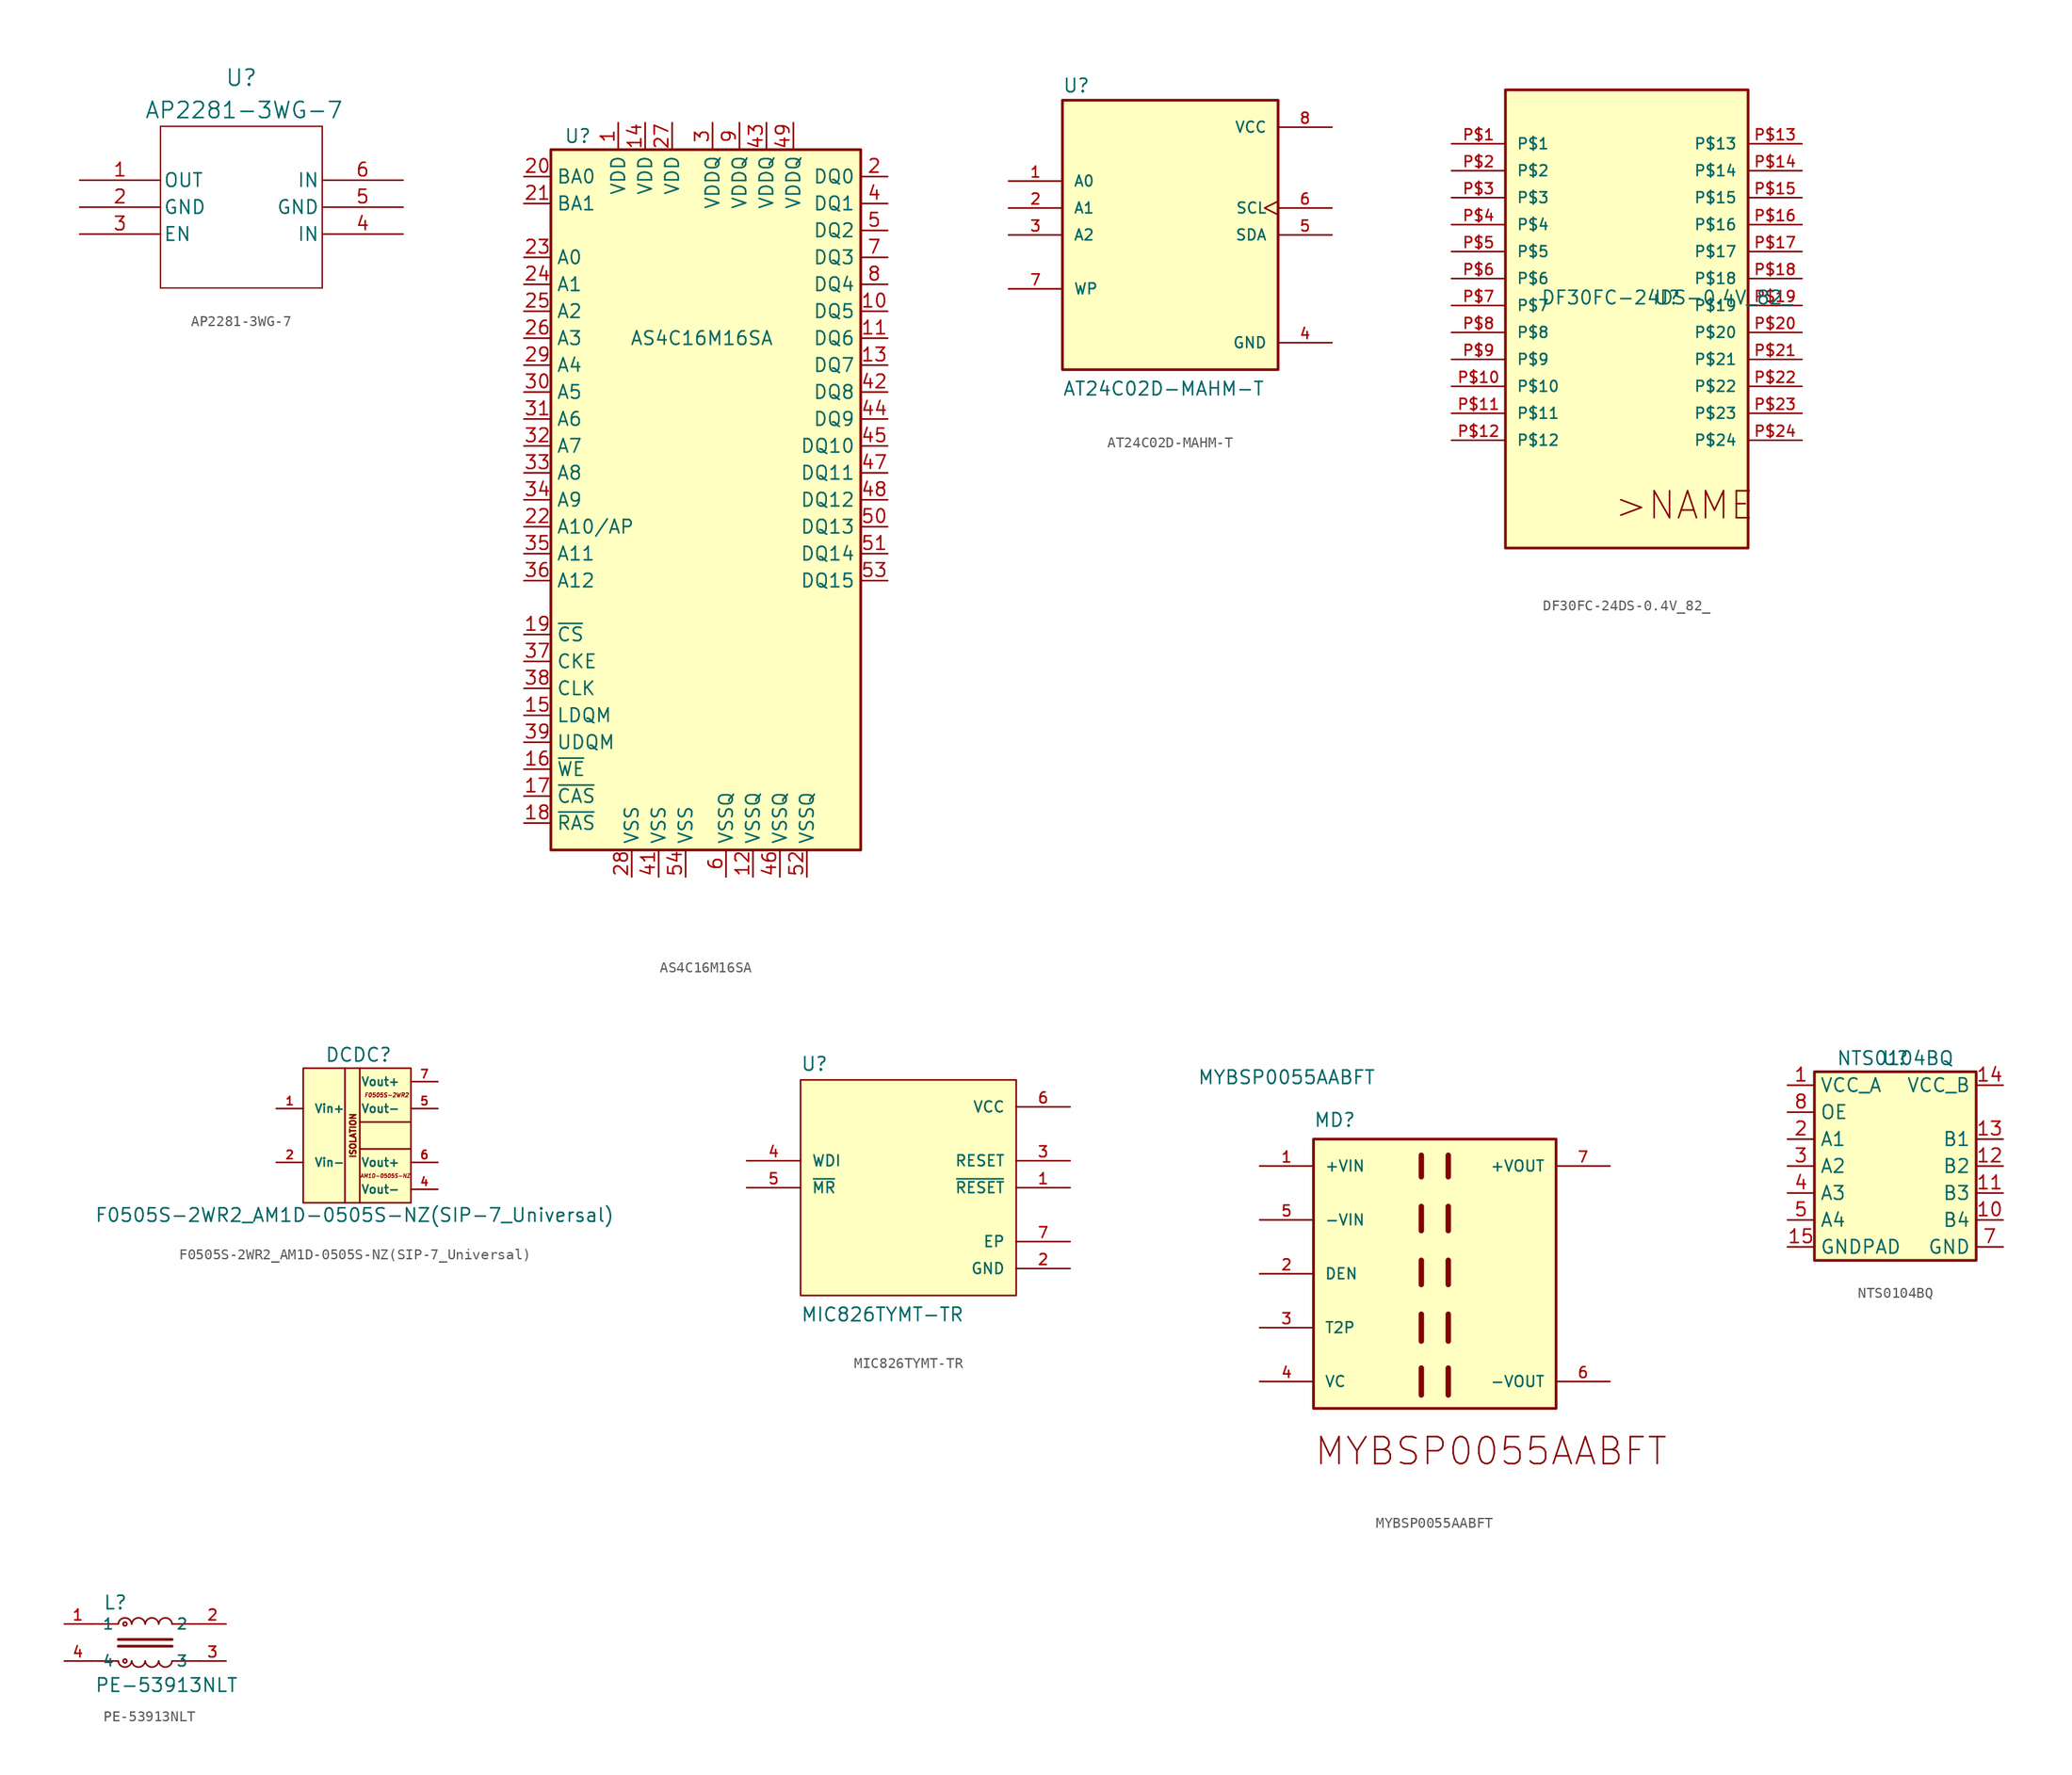
<source format=kicad_sym>
(kicad_symbol_lib
  (version 20231120)
  (generator "kicad_symbol_editor")
  (generator_version "8.0")
  (symbol "AP2281-3WG-7"
    (pin_names
      (offset 0.254))
    (property "Reference" "U"
      (at 15.24 9.652 0)
      (effects (font (size 1.524 1.524))))
    (property "Value" "AP2281-3WG-7"
      (at 15.494 6.604 0)
      (effects (font (size 1.524 1.524))))
    (symbol "AP2281-3WG-7_0_1"
      (polyline (pts (xy 7.62 -10.16) (xy 22.86 -10.16)) (stroke (width 0.127) (type default)) (fill (type none)))
      (polyline (pts (xy 7.62 5.08) (xy 7.62 -10.16)) (stroke (width 0.127) (type default)) (fill (type none)))
      (polyline (pts (xy 22.86 -10.16) (xy 22.86 5.08)) (stroke (width 0.127) (type default)) (fill (type none)))
      (polyline (pts (xy 22.86 5.08) (xy 7.62 5.08)) (stroke (width 0.127) (type default)) (fill (type none)))
      (pin output line (at 0 0 0) (length 7.62) (name "OUT" (effects (font (size 1.27 1.27)))) (number "1" (effects (font (size 1.27 1.27)))))
      (pin power_in line (at 0 -2.54 0) (length 7.62) (name "GND" (effects (font (size 1.27 1.27)))) (number "2" (effects (font (size 1.27 1.27)))))
      (pin input line (at 0 -5.08 0) (length 7.62) (name "EN" (effects (font (size 1.27 1.27)))) (number "3" (effects (font (size 1.27 1.27)))))
      (pin input line (at 30.48 -5.08 180) (length 7.62) (name "IN" (effects (font (size 1.27 1.27)))) (number "4" (effects (font (size 1.27 1.27)))))
      (pin power_in line (at 30.48 -2.54 180) (length 7.62) (name "GND" (effects (font (size 1.27 1.27)))) (number "5" (effects (font (size 1.27 1.27)))))
      (pin input line (at 30.48 0 180) (length 7.62) (name "IN" (effects (font (size 1.27 1.27)))) (number "6" (effects (font (size 1.27 1.27)))))))
  (symbol "AS4C16M16SA"
    (property "Reference" "U"
      (at -7.62 34.29 0)
      (effects (font (size 1.27 1.27))))
    (property "Value" "AS4C16M16SA"
      (at 4.064 15.24 0)
      (effects (font (size 1.27 1.27))))
    (symbol "AS4C16M16SA_0_1"
      (rectangle (start -10.16 33.02) (end 19.05 -33.02) (stroke (width 0.254) (type default)) (fill (type background))))
    (symbol "AS4C16M16SA_1_1"
      (pin power_in line (at -3.81 35.56 270) (length 2.54) (name "VDD" (effects (font (size 1.27 1.27)))) (number "1" (effects (font (size 1.27 1.27)))))
      (pin bidirectional line (at 21.59 17.78 180) (length 2.54) (name "DQ5" (effects (font (size 1.27 1.27)))) (number "10" (effects (font (size 1.27 1.27)))))
      (pin bidirectional line (at 21.59 15.24 180) (length 2.54) (name "DQ6" (effects (font (size 1.27 1.27)))) (number "11" (effects (font (size 1.27 1.27)))))
      (pin power_in line (at 8.89 -35.56 90) (length 2.54) (name "VSSQ" (effects (font (size 1.27 1.27)))) (number "12" (effects (font (size 1.27 1.27)))))
      (pin bidirectional line (at 21.59 12.7 180) (length 2.54) (name "DQ7" (effects (font (size 1.27 1.27)))) (number "13" (effects (font (size 1.27 1.27)))))
      (pin power_in line (at -1.27 35.56 270) (length 2.54) (name "VDD" (effects (font (size 1.27 1.27)))) (number "14" (effects (font (size 1.27 1.27)))))
      (pin input line (at -12.7 -20.32 0) (length 2.54) (name "LDQM" (effects (font (size 1.27 1.27)))) (number "15" (effects (font (size 1.27 1.27)))))
      (pin input line (at -12.7 -25.4 0) (length 2.54) (name "~{WE}" (effects (font (size 1.27 1.27)))) (number "16" (effects (font (size 1.27 1.27)))))
      (pin input line (at -12.7 -27.94 0) (length 2.54) (name "~{CAS}" (effects (font (size 1.27 1.27)))) (number "17" (effects (font (size 1.27 1.27)))))
      (pin input line (at -12.7 -30.48 0) (length 2.54) (name "~{RAS}" (effects (font (size 1.27 1.27)))) (number "18" (effects (font (size 1.27 1.27)))))
      (pin input line (at -12.7 -12.7 0) (length 2.54) (name "~{CS}" (effects (font (size 1.27 1.27)))) (number "19" (effects (font (size 1.27 1.27)))))
      (pin bidirectional line (at 21.59 30.48 180) (length 2.54) (name "DQ0" (effects (font (size 1.27 1.27)))) (number "2" (effects (font (size 1.27 1.27)))))
      (pin input line (at -12.7 30.48 0) (length 2.54) (name "BA0" (effects (font (size 1.27 1.27)))) (number "20" (effects (font (size 1.27 1.27)))))
      (pin input line (at -12.7 27.94 0) (length 2.54) (name "BA1" (effects (font (size 1.27 1.27)))) (number "21" (effects (font (size 1.27 1.27)))))
      (pin input line (at -12.7 -2.54 0) (length 2.54) (name "A10/AP" (effects (font (size 1.27 1.27)))) (number "22" (effects (font (size 1.27 1.27)))))
      (pin input line (at -12.7 22.86 0) (length 2.54) (name "A0" (effects (font (size 1.27 1.27)))) (number "23" (effects (font (size 1.27 1.27)))))
      (pin input line (at -12.7 20.32 0) (length 2.54) (name "A1" (effects (font (size 1.27 1.27)))) (number "24" (effects (font (size 1.27 1.27)))))
      (pin input line (at -12.7 17.78 0) (length 2.54) (name "A2" (effects (font (size 1.27 1.27)))) (number "25" (effects (font (size 1.27 1.27)))))
      (pin input line (at -12.7 15.24 0) (length 2.54) (name "A3" (effects (font (size 1.27 1.27)))) (number "26" (effects (font (size 1.27 1.27)))))
      (pin power_in line (at 1.27 35.56 270) (length 2.54) (name "VDD" (effects (font (size 1.27 1.27)))) (number "27" (effects (font (size 1.27 1.27)))))
      (pin power_in line (at -2.54 -35.56 90) (length 2.54) (name "VSS" (effects (font (size 1.27 1.27)))) (number "28" (effects (font (size 1.27 1.27)))))
      (pin input line (at -12.7 12.7 0) (length 2.54) (name "A4" (effects (font (size 1.27 1.27)))) (number "29" (effects (font (size 1.27 1.27)))))
      (pin power_in line (at 5.08 35.56 270) (length 2.54) (name "VDDQ" (effects (font (size 1.27 1.27)))) (number "3" (effects (font (size 1.27 1.27)))))
      (pin input line (at -12.7 10.16 0) (length 2.54) (name "A5" (effects (font (size 1.27 1.27)))) (number "30" (effects (font (size 1.27 1.27)))))
      (pin input line (at -12.7 7.62 0) (length 2.54) (name "A6" (effects (font (size 1.27 1.27)))) (number "31" (effects (font (size 1.27 1.27)))))
      (pin input line (at -12.7 5.08 0) (length 2.54) (name "A7" (effects (font (size 1.27 1.27)))) (number "32" (effects (font (size 1.27 1.27)))))
      (pin input line (at -12.7 2.54 0) (length 2.54) (name "A8" (effects (font (size 1.27 1.27)))) (number "33" (effects (font (size 1.27 1.27)))))
      (pin input line (at -12.7 0 0) (length 2.54) (name "A9" (effects (font (size 1.27 1.27)))) (number "34" (effects (font (size 1.27 1.27)))))
      (pin input line (at -12.7 -5.08 0) (length 2.54) (name "A11" (effects (font (size 1.27 1.27)))) (number "35" (effects (font (size 1.27 1.27)))))
      (pin input line (at -12.7 -7.62 0) (length 2.54) (name "A12" (effects (font (size 1.27 1.27)))) (number "36" (effects (font (size 1.27 1.27)))))
      (pin input line (at -12.7 -15.24 0) (length 2.54) (name "CKE" (effects (font (size 1.27 1.27)))) (number "37" (effects (font (size 1.27 1.27)))))
      (pin input line (at -12.7 -17.78 0) (length 2.54) (name "CLK" (effects (font (size 1.27 1.27)))) (number "38" (effects (font (size 1.27 1.27)))))
      (pin input line (at -12.7 -22.86 0) (length 2.54) (name "UDQM" (effects (font (size 1.27 1.27)))) (number "39" (effects (font (size 1.27 1.27)))))
      (pin bidirectional line (at 21.59 27.94 180) (length 2.54) (name "DQ1" (effects (font (size 1.27 1.27)))) (number "4" (effects (font (size 1.27 1.27)))))
      (pin no_connect line (at 21.59 -20.32 180) (length 2.54) hide (name "NC/RFU" (effects (font (size 1.27 1.27)))) (number "40" (effects (font (size 1.27 1.27)))))
      (pin power_in line (at 0 -35.56 90) (length 2.54) (name "VSS" (effects (font (size 1.27 1.27)))) (number "41" (effects (font (size 1.27 1.27)))))
      (pin bidirectional line (at 21.59 10.16 180) (length 2.54) (name "DQ8" (effects (font (size 1.27 1.27)))) (number "42" (effects (font (size 1.27 1.27)))))
      (pin power_in line (at 10.16 35.56 270) (length 2.54) (name "VDDQ" (effects (font (size 1.27 1.27)))) (number "43" (effects (font (size 1.27 1.27)))))
      (pin bidirectional line (at 21.59 7.62 180) (length 2.54) (name "DQ9" (effects (font (size 1.27 1.27)))) (number "44" (effects (font (size 1.27 1.27)))))
      (pin bidirectional line (at 21.59 5.08 180) (length 2.54) (name "DQ10" (effects (font (size 1.27 1.27)))) (number "45" (effects (font (size 1.27 1.27)))))
      (pin power_in line (at 11.43 -35.56 90) (length 2.54) (name "VSSQ" (effects (font (size 1.27 1.27)))) (number "46" (effects (font (size 1.27 1.27)))))
      (pin bidirectional line (at 21.59 2.54 180) (length 2.54) (name "DQ11" (effects (font (size 1.27 1.27)))) (number "47" (effects (font (size 1.27 1.27)))))
      (pin bidirectional line (at 21.59 0 180) (length 2.54) (name "DQ12" (effects (font (size 1.27 1.27)))) (number "48" (effects (font (size 1.27 1.27)))))
      (pin power_in line (at 12.7 35.56 270) (length 2.54) (name "VDDQ" (effects (font (size 1.27 1.27)))) (number "49" (effects (font (size 1.27 1.27)))))
      (pin bidirectional line (at 21.59 25.4 180) (length 2.54) (name "DQ2" (effects (font (size 1.27 1.27)))) (number "5" (effects (font (size 1.27 1.27)))))
      (pin bidirectional line (at 21.59 -2.54 180) (length 2.54) (name "DQ13" (effects (font (size 1.27 1.27)))) (number "50" (effects (font (size 1.27 1.27)))))
      (pin bidirectional line (at 21.59 -5.08 180) (length 2.54) (name "DQ14" (effects (font (size 1.27 1.27)))) (number "51" (effects (font (size 1.27 1.27)))))
      (pin power_in line (at 13.97 -35.56 90) (length 2.54) (name "VSSQ" (effects (font (size 1.27 1.27)))) (number "52" (effects (font (size 1.27 1.27)))))
      (pin bidirectional line (at 21.59 -7.62 180) (length 2.54) (name "DQ15" (effects (font (size 1.27 1.27)))) (number "53" (effects (font (size 1.27 1.27)))))
      (pin power_in line (at 2.54 -35.56 90) (length 2.54) (name "VSS" (effects (font (size 1.27 1.27)))) (number "54" (effects (font (size 1.27 1.27)))))
      (pin power_in line (at 6.35 -35.56 90) (length 2.54) (name "VSSQ" (effects (font (size 1.27 1.27)))) (number "6" (effects (font (size 1.27 1.27)))))
      (pin bidirectional line (at 21.59 22.86 180) (length 2.54) (name "DQ3" (effects (font (size 1.27 1.27)))) (number "7" (effects (font (size 1.27 1.27)))))
      (pin bidirectional line (at 21.59 20.32 180) (length 2.54) (name "DQ4" (effects (font (size 1.27 1.27)))) (number "8" (effects (font (size 1.27 1.27)))))
      (pin power_in line (at 7.62 35.56 270) (length 2.54) (name "VDDQ" (effects (font (size 1.27 1.27)))) (number "9" (effects (font (size 1.27 1.27)))))))
  (symbol "AT24C02D-MAHM-T"
    (pin_names
      (offset 1.016))
    (property "Reference" "U"
      (at -10.16 13.335 0)
      (effects (font (size 1.27 1.27)) (justify left bottom)))
    (property "Value" "AT24C02D-MAHM-T"
      (at -10.16 -15.24 0)
      (effects (font (size 1.27 1.27)) (justify left bottom)))
    (symbol "AT24C02D-MAHM-T_0_0"
      (rectangle (start -10.16 12.7) (end 10.16 -12.7) (stroke (width 0.254) (type default)) (fill (type background)))
      (pin input line (at -15.24 5.08 0) (length 5.08) (name "A0" (effects (font (size 1.016 1.016)))) (number "1" (effects (font (size 1.016 1.016)))))
      (pin input line (at -15.24 2.54 0) (length 5.08) (name "A1" (effects (font (size 1.016 1.016)))) (number "2" (effects (font (size 1.016 1.016)))))
      (pin input line (at -15.24 0 0) (length 5.08) (name "A2" (effects (font (size 1.016 1.016)))) (number "3" (effects (font (size 1.016 1.016)))))
      (pin power_in line (at 15.24 -10.16 180) (length 5.08) (name "GND" (effects (font (size 1.016 1.016)))) (number "4" (effects (font (size 1.016 1.016)))))
      (pin bidirectional line (at 15.24 0 180) (length 5.08) (name "SDA" (effects (font (size 1.016 1.016)))) (number "5" (effects (font (size 1.016 1.016)))))
      (pin input clock (at 15.24 2.54 180) (length 5.08) (name "SCL" (effects (font (size 1.016 1.016)))) (number "6" (effects (font (size 1.016 1.016)))))
      (pin input line (at -15.24 -5.08 0) (length 5.08) (name "WP" (effects (font (size 1.016 1.016)))) (number "7" (effects (font (size 1.016 1.016)))))
      (pin power_in line (at 15.24 10.16 180) (length 5.08) (name "VCC" (effects (font (size 1.016 1.016)))) (number "8" (effects (font (size 1.016 1.016)))))))
  (symbol "DF30FC-24DS-0.4V_82_"
    (pin_names
      (offset 1.016))
    (property "Reference" "U"
      (at 0 0 0)
      (effects (font (size 1.27 1.27)) (justify bottom)))
    (property "Value" "DF30FC-24DS-0.4V_82_"
      (at 0 0 0)
      (effects (font (size 1.27 1.27)) (justify bottom)))
    (symbol "DF30FC-24DS-0.4V_82__0_0"
      (rectangle (start -15.24 -22.86) (end 7.62 20.32) (stroke (width 0.254) (type default)) (fill (type background)))
      (text ">NAME" (at -5.08 -20.32 0) (effects (font (size 2.54 2.54)) (justify left bottom)))
      (pin bidirectional line (at -20.32 15.24 0) (length 5.08) (name "P$1" (effects (font (size 1.016 1.016)))) (number "P$1" (effects (font (size 1.016 1.016)))))
      (pin bidirectional line (at -20.32 -7.62 0) (length 5.08) (name "P$10" (effects (font (size 1.016 1.016)))) (number "P$10" (effects (font (size 1.016 1.016)))))
      (pin bidirectional line (at -20.32 -10.16 0) (length 5.08) (name "P$11" (effects (font (size 1.016 1.016)))) (number "P$11" (effects (font (size 1.016 1.016)))))
      (pin bidirectional line (at -20.32 -12.7 0) (length 5.08) (name "P$12" (effects (font (size 1.016 1.016)))) (number "P$12" (effects (font (size 1.016 1.016)))))
      (pin bidirectional line (at 12.7 15.24 180) (length 5.08) (name "P$13" (effects (font (size 1.016 1.016)))) (number "P$13" (effects (font (size 1.016 1.016)))))
      (pin bidirectional line (at 12.7 12.7 180) (length 5.08) (name "P$14" (effects (font (size 1.016 1.016)))) (number "P$14" (effects (font (size 1.016 1.016)))))
      (pin bidirectional line (at 12.7 10.16 180) (length 5.08) (name "P$15" (effects (font (size 1.016 1.016)))) (number "P$15" (effects (font (size 1.016 1.016)))))
      (pin bidirectional line (at 12.7 7.62 180) (length 5.08) (name "P$16" (effects (font (size 1.016 1.016)))) (number "P$16" (effects (font (size 1.016 1.016)))))
      (pin bidirectional line (at 12.7 5.08 180) (length 5.08) (name "P$17" (effects (font (size 1.016 1.016)))) (number "P$17" (effects (font (size 1.016 1.016)))))
      (pin bidirectional line (at 12.7 2.54 180) (length 5.08) (name "P$18" (effects (font (size 1.016 1.016)))) (number "P$18" (effects (font (size 1.016 1.016)))))
      (pin bidirectional line (at 12.7 0 180) (length 5.08) (name "P$19" (effects (font (size 1.016 1.016)))) (number "P$19" (effects (font (size 1.016 1.016)))))
      (pin bidirectional line (at -20.32 12.7 0) (length 5.08) (name "P$2" (effects (font (size 1.016 1.016)))) (number "P$2" (effects (font (size 1.016 1.016)))))
      (pin bidirectional line (at 12.7 -2.54 180) (length 5.08) (name "P$20" (effects (font (size 1.016 1.016)))) (number "P$20" (effects (font (size 1.016 1.016)))))
      (pin bidirectional line (at 12.7 -5.08 180) (length 5.08) (name "P$21" (effects (font (size 1.016 1.016)))) (number "P$21" (effects (font (size 1.016 1.016)))))
      (pin bidirectional line (at 12.7 -7.62 180) (length 5.08) (name "P$22" (effects (font (size 1.016 1.016)))) (number "P$22" (effects (font (size 1.016 1.016)))))
      (pin bidirectional line (at 12.7 -10.16 180) (length 5.08) (name "P$23" (effects (font (size 1.016 1.016)))) (number "P$23" (effects (font (size 1.016 1.016)))))
      (pin bidirectional line (at 12.7 -12.7 180) (length 5.08) (name "P$24" (effects (font (size 1.016 1.016)))) (number "P$24" (effects (font (size 1.016 1.016)))))
      (pin bidirectional line (at -20.32 10.16 0) (length 5.08) (name "P$3" (effects (font (size 1.016 1.016)))) (number "P$3" (effects (font (size 1.016 1.016)))))
      (pin bidirectional line (at -20.32 7.62 0) (length 5.08) (name "P$4" (effects (font (size 1.016 1.016)))) (number "P$4" (effects (font (size 1.016 1.016)))))
      (pin bidirectional line (at -20.32 5.08 0) (length 5.08) (name "P$5" (effects (font (size 1.016 1.016)))) (number "P$5" (effects (font (size 1.016 1.016)))))
      (pin bidirectional line (at -20.32 2.54 0) (length 5.08) (name "P$6" (effects (font (size 1.016 1.016)))) (number "P$6" (effects (font (size 1.016 1.016)))))
      (pin bidirectional line (at -20.32 0 0) (length 5.08) (name "P$7" (effects (font (size 1.016 1.016)))) (number "P$7" (effects (font (size 1.016 1.016)))))
      (pin bidirectional line (at -20.32 -2.54 0) (length 5.08) (name "P$8" (effects (font (size 1.016 1.016)))) (number "P$8" (effects (font (size 1.016 1.016)))))
      (pin bidirectional line (at -20.32 -5.08 0) (length 5.08) (name "P$9" (effects (font (size 1.016 1.016)))) (number "P$9" (effects (font (size 1.016 1.016)))))))
  (symbol "F0505S-2WR2_AM1D-0505S-NZ(SIP-7_Universal)"
    (pin_names
      (offset 1.016))
    (property "Reference" "DCDC"
      (at -3.048 6.858 0)
      (effects (font (size 1.27 1.27)) (justify left bottom)))
    (property "Value" "F0505S-2WR2_AM1D-0505S-NZ(SIP-7_Universal)"
      (at -24.765 -8.255 0)
      (effects (font (size 1.27 1.27)) (justify left bottom)))
    (property "Datasheet" ""
      (at 0 -1.27 0)
      (effects (font (size 2.54 2.54))))
    (symbol "F0505S-2WR2_AM1D-0505S-NZ(SIP-7_Universal)_0_0"
      (polyline (pts (xy 5.08 -1.27) (xy 0.254 -1.27)) (stroke (width 0) (type solid)) (fill (type none)))
      (polyline (pts (xy 5.08 1.27) (xy 0.254 1.27)) (stroke (width 0) (type solid)) (fill (type none)))
      (text "AM1D-0505S-NZ" (at 2.667 -3.81 0) (effects (font (size 0.356 0.356) (bold yes) (italic yes))))
      (text "F0505S-2WR2" (at 2.794 3.81 0) (effects (font (size 0.381 0.381) (bold yes) (italic yes))))
      (text "ISOLATION" (at -0.381 0 900) (effects (font (size 0.559 0.559)))))
    (symbol "F0505S-2WR2_AM1D-0505S-NZ(SIP-7_Universal)_1_0"
      (polyline (pts (xy -1.143 6.35) (xy -1.143 -6.35)) (stroke (width 0) (type solid)) (fill (type none)))
      (polyline (pts (xy 0.254 6.35) (xy 0.254 -6.35)) (stroke (width 0) (type solid)) (fill (type none)))
      (rectangle (start 5.08 6.35) (end -5.08 -6.35) (stroke (width 0) (type solid)) (fill (type background))))
    (symbol "F0505S-2WR2_AM1D-0505S-NZ(SIP-7_Universal)_1_1"
      (pin power_in line (at -7.62 2.54 0) (length 2.54) (name "Vin+" (effects (font (size 0.787 0.787)))) (number "1" (effects (font (size 0.787 0.787)))))
      (pin input line (at -7.62 -2.54 0) (length 2.54) (name "Vin-" (effects (font (size 0.787 0.787)))) (number "2" (effects (font (size 0.787 0.787)))))
      (pin power_in line (at 7.62 -5.08 180) (length 2.54) (name "Vout-" (effects (font (size 0.787 0.787)))) (number "4" (effects (font (size 0.787 0.787)))))
      (pin power_in line (at 7.62 2.54 180) (length 2.54) (name "Vout-" (effects (font (size 0.787 0.787)))) (number "5" (effects (font (size 0.787 0.787)))))
      (pin power_in line (at 7.62 -2.54 180) (length 2.54) (name "Vout+" (effects (font (size 0.787 0.787)))) (number "6" (effects (font (size 0.787 0.787)))))
      (pin power_in line (at 7.62 5.08 180) (length 2.54) (name "Vout+" (effects (font (size 0.787 0.787)))) (number "7" (effects (font (size 0.787 0.787)))))))
  (symbol "MIC826TYMT-TR"
    (pin_names
      (offset 1.016))
    (property "Reference" "U"
      (at -10.16 10.922 0)
      (effects (font (size 1.27 1.27)) (justify left bottom)))
    (property "Value" "MIC826TYMT-TR"
      (at -10.16 -12.7 0)
      (effects (font (size 1.27 1.27)) (justify left bottom)))
    (symbol "MIC826TYMT-TR_0_0"
      (rectangle (start -10.16 -10.16) (end 10.16 10.16) (stroke (width 0.152) (type default)) (fill (type background)))
      (pin output line (at 15.24 0 180) (length 5.08) (name "~{RESET}" (effects (font (size 1.016 1.016)))) (number "1" (effects (font (size 1.016 1.016)))))
      (pin power_in line (at 15.24 -7.62 180) (length 5.08) (name "GND" (effects (font (size 1.016 1.016)))) (number "2" (effects (font (size 1.016 1.016)))))
      (pin output line (at 15.24 2.54 180) (length 5.08) (name "RESET" (effects (font (size 1.016 1.016)))) (number "3" (effects (font (size 1.016 1.016)))))
      (pin input line (at -15.24 2.54 0) (length 5.08) (name "WDI" (effects (font (size 1.016 1.016)))) (number "4" (effects (font (size 1.016 1.016)))))
      (pin input line (at -15.24 0 0) (length 5.08) (name "~{MR}" (effects (font (size 1.016 1.016)))) (number "5" (effects (font (size 1.016 1.016)))))
      (pin power_in line (at 15.24 7.62 180) (length 5.08) (name "VCC" (effects (font (size 1.016 1.016)))) (number "6" (effects (font (size 1.016 1.016)))))
      (pin power_in line (at 15.24 -5.08 180) (length 5.08) (name "EP" (effects (font (size 1.016 1.016)))) (number "7" (effects (font (size 1.016 1.016)))))))
  (symbol "MYBSP0055AABFT"
    (pin_names
      (offset 1.016))
    (property "Reference" "MD"
      (at 2.54 -2.54 0)
      (effects (font (size 1.27 1.27)) (justify left top)))
    (property "Value" "MYBSP0055AABFT"
      (at 0 0 0)
      (effects (font (size 1.27 1.27)) (justify bottom)))
    (symbol "MYBSP0055AABFT_0_0"
      (polyline (pts (xy 12.7 -26.67) (xy 12.7 -29.21)) (stroke (width 0.508) (type default)) (fill (type none)))
      (polyline (pts (xy 12.7 -21.59) (xy 12.7 -24.13)) (stroke (width 0.508) (type default)) (fill (type none)))
      (polyline (pts (xy 12.7 -16.51) (xy 12.7 -18.796)) (stroke (width 0.508) (type default)) (fill (type none)))
      (polyline (pts (xy 12.7 -11.43) (xy 12.7 -13.716)) (stroke (width 0.508) (type default)) (fill (type none)))
      (polyline (pts (xy 12.7 -6.604) (xy 12.7 -8.636)) (stroke (width 0.508) (type default)) (fill (type none)))
      (polyline (pts (xy 15.24 -26.67) (xy 15.24 -29.21)) (stroke (width 0.508) (type default)) (fill (type none)))
      (polyline (pts (xy 15.24 -21.59) (xy 15.24 -24.13)) (stroke (width 0.508) (type default)) (fill (type none)))
      (polyline (pts (xy 15.24 -16.51) (xy 15.24 -18.796)) (stroke (width 0.508) (type default)) (fill (type none)))
      (polyline (pts (xy 15.24 -11.43) (xy 15.24 -13.716)) (stroke (width 0.508) (type default)) (fill (type none)))
      (polyline (pts (xy 15.24 -6.604) (xy 15.24 -8.636)) (stroke (width 0.508) (type default)) (fill (type none)))
      (rectangle (start 2.54 -5.08) (end 25.4 -30.48) (stroke (width 0.254) (type default)) (fill (type background)))
      (text "MYBSP0055AABFT" (at 2.54 -33.02 0) (effects (font (size 2.54 2.54)) (justify left top)))
      (pin power_in line (at -2.54 -7.62 0) (length 5.08) (name "+VIN" (effects (font (size 1.016 1.016)))) (number "1" (effects (font (size 1.016 1.016)))))
      (pin input line (at -2.54 -17.78 0) (length 5.08) (name "DEN" (effects (font (size 1.016 1.016)))) (number "2" (effects (font (size 1.016 1.016)))))
      (pin passive line (at -2.54 -22.86 0) (length 5.08) (name "T2P" (effects (font (size 1.016 1.016)))) (number "3" (effects (font (size 1.016 1.016)))))
      (pin input line (at -2.54 -27.94 0) (length 5.08) (name "VC" (effects (font (size 1.016 1.016)))) (number "4" (effects (font (size 1.016 1.016)))))
      (pin power_in line (at -2.54 -12.7 0) (length 5.08) (name "-VIN" (effects (font (size 1.016 1.016)))) (number "5" (effects (font (size 1.016 1.016)))))
      (pin power_in line (at 30.48 -27.94 180) (length 5.08) (name "-VOUT" (effects (font (size 1.016 1.016)))) (number "6" (effects (font (size 1.016 1.016)))))
      (pin power_in line (at 30.48 -7.62 180) (length 5.08) (name "+VOUT" (effects (font (size 1.016 1.016)))) (number "7" (effects (font (size 1.016 1.016)))))))
  (symbol "NTS0104BQ"
    (property "Reference" "U"
      (at 0 0 0)
      (effects (font (size 1.27 1.27))))
    (property "Value" "NTS0104BQ"
      (at 0 0 0)
      (effects (font (size 1.27 1.27))))
    (symbol "NTS0104BQ_1_1"
      (rectangle (start -7.62 -1.27) (end 7.62 -19.05) (stroke (width 0.254) (type default)) (fill (type background)))
      (pin power_in line (at -10.16 -2.54 0) (length 2.54) (name "VCC_A" (effects (font (size 1.27 1.27)))) (number "1" (effects (font (size 1.27 1.27)))))
      (pin bidirectional line (at 10.16 -15.24 180) (length 2.54) (name "B4" (effects (font (size 1.27 1.27)))) (number "10" (effects (font (size 1.27 1.27)))))
      (pin bidirectional line (at 10.16 -12.7 180) (length 2.54) (name "B3" (effects (font (size 1.27 1.27)))) (number "11" (effects (font (size 1.27 1.27)))))
      (pin bidirectional line (at 10.16 -10.16 180) (length 2.54) (name "B2" (effects (font (size 1.27 1.27)))) (number "12" (effects (font (size 1.27 1.27)))))
      (pin bidirectional line (at 10.16 -7.62 180) (length 2.54) (name "B1" (effects (font (size 1.27 1.27)))) (number "13" (effects (font (size 1.27 1.27)))))
      (pin power_in line (at 10.16 -2.54 180) (length 2.54) (name "VCC_B" (effects (font (size 1.27 1.27)))) (number "14" (effects (font (size 1.27 1.27)))))
      (pin input line (at -10.16 -17.78 0) (length 2.54) (name "GNDPAD" (effects (font (size 1.27 1.27)))) (number "15" (effects (font (size 1.27 1.27)))))
      (pin bidirectional line (at -10.16 -7.62 0) (length 2.54) (name "A1" (effects (font (size 1.27 1.27)))) (number "2" (effects (font (size 1.27 1.27)))))
      (pin bidirectional line (at -10.16 -10.16 0) (length 2.54) (name "A2" (effects (font (size 1.27 1.27)))) (number "3" (effects (font (size 1.27 1.27)))))
      (pin bidirectional line (at -10.16 -12.7 0) (length 2.54) (name "A3" (effects (font (size 1.27 1.27)))) (number "4" (effects (font (size 1.27 1.27)))))
      (pin bidirectional line (at -10.16 -15.24 0) (length 2.54) (name "A4" (effects (font (size 1.27 1.27)))) (number "5" (effects (font (size 1.27 1.27)))))
      (pin no_connect line (at 7.62 -3.81 180) (length 2.54) hide (name "NC" (effects (font (size 1.27 1.27)))) (number "6" (effects (font (size 1.27 1.27)))))
      (pin power_in line (at 10.16 -17.78 180) (length 2.54) (name "GND" (effects (font (size 1.27 1.27)))) (number "7" (effects (font (size 1.27 1.27)))))
      (pin power_in line (at -10.16 -5.08 0) (length 2.54) (name "OE" (effects (font (size 1.27 1.27)))) (number "8" (effects (font (size 1.27 1.27)))))
      (pin no_connect line (at 7.62 -5.08 180) (length 2.54) hide (name "NC" (effects (font (size 1.27 1.27)))) (number "9" (effects (font (size 1.27 1.27)))))))
  (symbol "PE-53913NLT"
    (pin_names
      (offset 1.016))
    (property "Reference" "L"
      (at -3.973 3.02 0)
      (effects (font (size 1.27 1.27)) (justify left bottom)))
    (property "Value" "PE-53913NLT"
      (at -4.769 -4.769 0)
      (effects (font (size 1.27 1.27)) (justify left bottom)))
    (symbol "PE-53913NLT_0_0"
      (arc (start -2.54 -1.7463) (mid -1.905 -2.3209) (end -1.27 -1.7463) (stroke (width 0.1524) (type default)) (fill (type none)))
      (circle (center -1.905 -1.746) (radius 0.18) (stroke (width 0) (type default)) (fill (type none)))
      (circle (center -1.905 1.746) (radius 0.18) (stroke (width 0) (type default)) (fill (type none)))
      (arc (start -1.27 -1.7463) (mid -0.635 -2.3209) (end 0 -1.7463) (stroke (width 0.1524) (type default)) (fill (type none)))
      (arc (start -1.27 1.7463) (mid -1.905 2.3209) (end -2.54 1.7463) (stroke (width 0.1524) (type default)) (fill (type none)))
      (arc (start 0 -1.7463) (mid 0.635 -2.3209) (end 1.27 -1.7463) (stroke (width 0.1524) (type default)) (fill (type none)))
      (polyline (pts (xy -2.54 -1.746) (xy -5.08 -1.746)) (stroke (width 0.152) (type default)) (fill (type none)))
      (polyline (pts (xy -2.54 1.746) (xy -5.08 1.746)) (stroke (width 0.152) (type default)) (fill (type none)))
      (polyline (pts (xy 2.54 -1.746) (xy 5.08 -1.746)) (stroke (width 0.152) (type default)) (fill (type none)))
      (polyline (pts (xy 2.54 -0.349) (xy -2.54 -0.349)) (stroke (width 0.254) (type default)) (fill (type none)))
      (polyline (pts (xy 2.54 0.286) (xy -2.54 0.286)) (stroke (width 0.254) (type default)) (fill (type none)))
      (polyline (pts (xy 2.54 1.746) (xy 5.08 1.746)) (stroke (width 0.152) (type default)) (fill (type none)))
      (arc (start 0 1.7463) (mid -0.635 2.3209) (end -1.27 1.7463) (stroke (width 0.1524) (type default)) (fill (type none)))
      (arc (start 1.27 -1.7463) (mid 1.905 -2.3209) (end 2.54 -1.7463) (stroke (width 0.1524) (type default)) (fill (type none)))
      (arc (start 1.27 1.7463) (mid 0.635 2.3209) (end 0 1.7463) (stroke (width 0.1524) (type default)) (fill (type none)))
      (arc (start 2.54 1.7463) (mid 1.905 2.3209) (end 1.27 1.7463) (stroke (width 0.1524) (type default)) (fill (type none)))
      (pin passive line (at -7.62 1.746 0) (length 2.54) (name "1" (effects (font (size 1.016 1.016)))) (number "1" (effects (font (size 1.016 1.016)))))
      (pin passive line (at 7.62 1.746 180) (length 2.54) (name "2" (effects (font (size 1.016 1.016)))) (number "2" (effects (font (size 1.016 1.016)))))
      (pin passive line (at 7.62 -1.746 180) (length 2.54) (name "3" (effects (font (size 1.016 1.016)))) (number "3" (effects (font (size 1.016 1.016)))))
      (pin passive line (at -7.62 -1.746 0) (length 2.54) (name "4" (effects (font (size 1.016 1.016)))) (number "4" (effects (font (size 1.016 1.016))))))))
</source>
